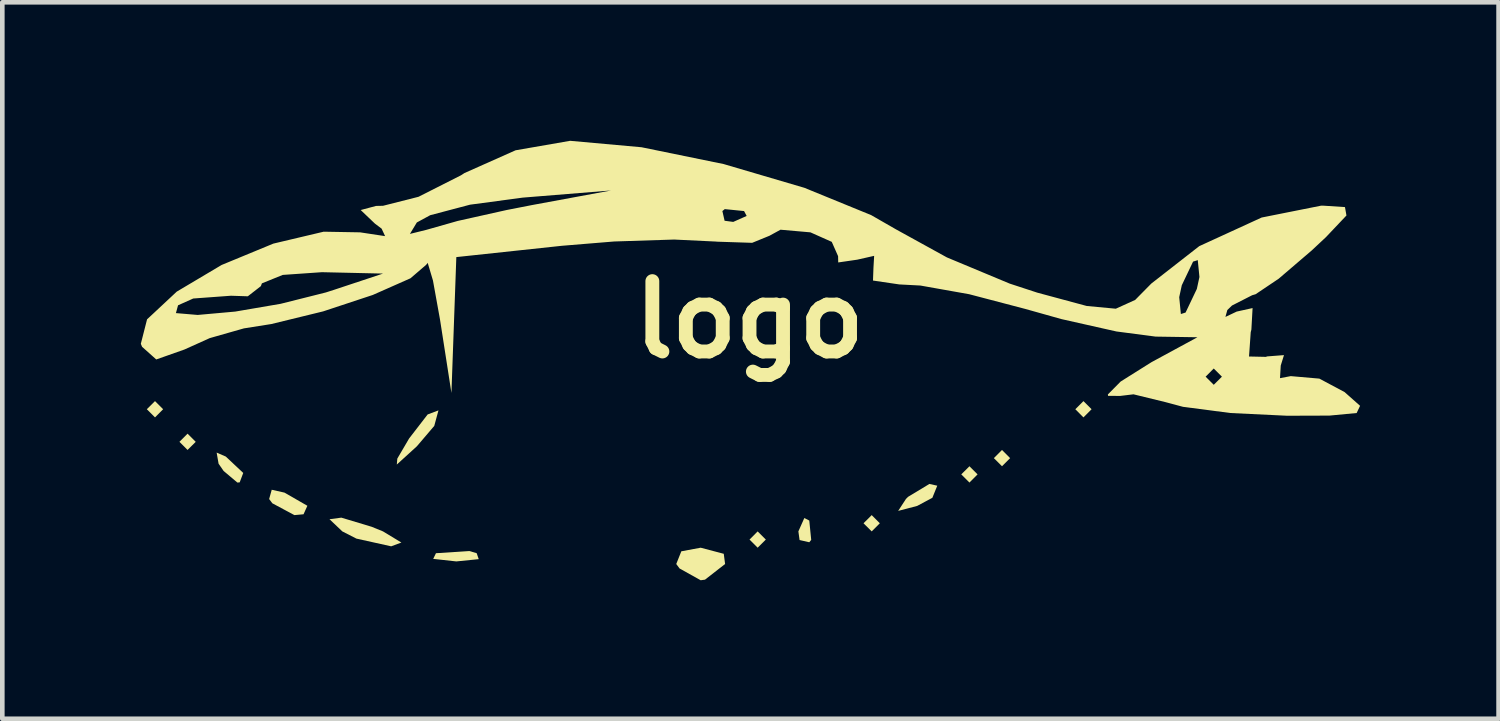
<source format=kicad_pcb>
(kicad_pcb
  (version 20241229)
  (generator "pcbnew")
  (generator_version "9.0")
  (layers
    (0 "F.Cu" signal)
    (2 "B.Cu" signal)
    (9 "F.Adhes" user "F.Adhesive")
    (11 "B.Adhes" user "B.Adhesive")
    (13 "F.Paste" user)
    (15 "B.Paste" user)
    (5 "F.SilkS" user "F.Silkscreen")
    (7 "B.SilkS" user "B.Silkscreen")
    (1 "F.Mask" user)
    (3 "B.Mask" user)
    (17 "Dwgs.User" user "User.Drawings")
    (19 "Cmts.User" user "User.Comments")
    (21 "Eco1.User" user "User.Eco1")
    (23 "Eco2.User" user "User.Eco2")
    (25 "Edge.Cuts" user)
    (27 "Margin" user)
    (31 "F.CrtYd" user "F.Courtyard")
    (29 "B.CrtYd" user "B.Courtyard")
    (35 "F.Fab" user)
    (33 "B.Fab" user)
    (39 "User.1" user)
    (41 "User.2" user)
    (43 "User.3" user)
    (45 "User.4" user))
  (footprint "logo"
    (layer "F.Cu")
    (at 13.183 3.873)
    (property "Reference" "logo" (at 0 0 0) (layer "F.SilkS") (effects (font (size 1.524 1.524) (thickness 0.3))))
    (attr board_only exclude_from_pos_files exclude_from_bom)
    (fp_poly (pts (xy -12.7 1.94) (xy -12.876 2.117) (xy -13.053 1.94) (xy -12.876 1.764)) (stroke (width 0) (type solid)) (fill yes) (layer "F.SilkS"))
    (fp_poly (pts (xy -11.994 2.646) (xy -12.171 2.822) (xy -12.347 2.646) (xy -12.171 2.469)) (stroke (width 0) (type solid)) (fill yes) (layer "F.SilkS"))
    (fp_poly (pts (xy 0.353 4.763) (xy 0.176 4.939) (xy 0 4.763) (xy 0.176 4.586)) (stroke (width 0) (type solid)) (fill yes) (layer "F.SilkS"))
    (fp_poly (pts (xy 2.822 4.41) (xy 2.646 4.586) (xy 2.469 4.41) (xy 2.646 4.233)) (stroke (width 0) (type solid)) (fill yes) (layer "F.SilkS"))
    (fp_poly (pts (xy 4.939 3.351) (xy 4.763 3.528) (xy 4.586 3.351) (xy 4.763 3.175)) (stroke (width 0) (type solid)) (fill yes) (layer "F.SilkS"))
    (fp_poly (pts (xy 5.644 2.999) (xy 5.468 3.175) (xy 5.292 2.999) (xy 5.468 2.822)) (stroke (width 0) (type solid)) (fill yes) (layer "F.SilkS"))
    (fp_poly (pts (xy 7.408 1.94) (xy 7.232 2.117) (xy 7.056 1.94) (xy 7.232 1.764)) (stroke (width 0) (type solid)) (fill yes) (layer "F.SilkS"))
    (fp_poly (pts (xy -5.909 5.058) (xy -5.865 5.187) (xy -6.35 5.236) (xy -6.851 5.181) (xy -6.791 5.058) (xy -6.069 5.011)) (stroke (width 0) (type solid)) (fill yes) (layer "F.SilkS"))
    (fp_poly (pts (xy 1.294 4.351) (xy 1.336 4.77) (xy 1.294 4.821) (xy 1.084 4.773) (xy 1.058 4.586) (xy 1.187 4.296)) (stroke (width 0) (type solid)) (fill yes) (layer "F.SilkS"))
    (fp_poly (pts (xy -11.343 2.965) (xy -10.965 3.32) (xy -11.042 3.524) (xy -11.092 3.528) (xy -11.39 3.277) (xy -11.499 3.12) (xy -11.541 2.879)) (stroke (width 0) (type solid)) (fill yes) (layer "F.SilkS"))
    (fp_poly (pts (xy -10.072 3.746) (xy -9.576 4.031) (xy -9.659 4.215) (xy -9.857 4.233) (xy -10.335 3.977) (xy -10.404 3.885) (xy -10.348 3.684)) (stroke (width 0) (type solid)) (fill yes) (layer "F.SilkS"))
    (fp_poly (pts (xy -6.828 2.301) (xy -7.204 2.742) (xy -7.639 3.138) (xy -7.628 3.009) (xy -7.373 2.574) (xy -6.971 2.053) (xy -6.737 1.965)) (stroke (width 0) (type solid)) (fill yes) (layer "F.SilkS"))
    (fp_poly (pts (xy 4.066 3.596) (xy 3.96 3.858) (xy 3.631 4.034) (xy 3.219 4.142) (xy 3.388 3.883) (xy 3.434 3.837) (xy 3.896 3.558)) (stroke (width 0) (type solid)) (fill yes) (layer "F.SilkS"))
    (fp_poly (pts (xy -8.183 4.486) (xy -7.938 4.586) (xy -7.54 4.827) (xy -7.761 4.909) (xy -8.514 4.742) (xy -8.819 4.586) (xy -9.097 4.322) (xy -8.84 4.288)) (stroke (width 0) (type solid)) (fill yes) (layer "F.SilkS"))
    (fp_poly (pts (xy -0.558 5.071) (xy -0.529 5.292) (xy -0.964 5.631) (xy -1.058 5.644) (xy -1.515 5.389) (xy -1.587 5.292) (xy -1.477 5.017) (xy -1.058 4.939)) (stroke (width 0) (type solid)) (fill yes) (layer "F.SilkS"))
    (fp_poly (pts (xy -3.881 -3.873) (xy -2.339 -3.734) (xy -0.561 -3.37) (xy 1.187 -2.856) (xy 2.635 -2.264) (xy 3.175 -1.954) (xy 4.275 -1.348) (xy 5.634 -0.781) (xy 6.232 -0.585) (xy 7.304 -0.296) (xy 7.933 -0.237) (xy 8.352 -0.427) (xy 8.411 -0.487) (xy 9.306 -0.487) (xy 9.342 -0.122) (xy 9.444 -0.154) (xy 9.688 -0.666) (xy 9.744 -0.924) (xy 9.708 -1.289) (xy 9.606 -1.257) (xy 9.362 -0.745) (xy 9.306 -0.487) (xy 8.411 -0.487) (xy 8.702 -0.782) (xy 9.74 -1.592) (xy 11.092 -2.212) (xy 12.38 -2.469) (xy 12.42 -2.469) (xy 12.896 -2.438) (xy 12.928 -2.256) (xy 12.484 -1.787) (xy 12.176 -1.499) (xy 11.461 -0.887) (xy 10.961 -0.551) (xy 10.886 -0.529) (xy 10.449 -0.306) (xy 10.348 -0.208) (xy 10.307 -0.059) (xy 10.551 -0.175) (xy 10.895 -0.251) (xy 10.869 0.216) (xy 10.855 0.271) (xy 10.818 0.798) (xy 11.184 0.806) (xy 11.21 0.796) (xy 11.575 0.768) (xy 11.505 0.994) (xy 11.489 1.267) (xy 11.722 1.223) (xy 12.341 1.277) (xy 12.887 1.568) (xy 13.223 1.866) (xy 13.149 2.022) (xy 12.559 2.078) (xy 11.642 2.081) (xy 10.414 2.022) (xy 9.389 1.888) (xy 8.996 1.783) (xy 8.316 1.617) (xy 8.026 1.652) (xy 7.765 1.65) (xy 7.761 1.62) (xy 8.037 1.341) (xy 8.205 1.235) (xy 9.878 1.235) (xy 10.054 1.411) (xy 10.231 1.235) (xy 10.054 1.058) (xy 9.878 1.235) (xy 8.205 1.235) (xy 8.702 0.923) (xy 8.731 0.907) (xy 9.701 0.381) (xy 8.795 0.367) (xy 7.947 0.256) (xy 6.756 -0.012) (xy 5.973 -0.232) (xy 4.757 -0.551) (xy 3.7 -0.739) (xy 3.244 -0.763) (xy 2.674 -0.847) (xy 2.684 -1.121) (xy 2.699 -1.382) (xy 2.333 -1.299) (xy 1.921 -1.239) (xy 1.918 -1.375) (xy 1.781 -1.685) (xy 1.319 -1.891) (xy 0.671 -1.948) (xy 0.432 -1.817) (xy 0.057 -1.664) (xy -0.71 -1.689) (xy -0.718 -1.691) (xy -1.633 -1.735) (xy -2.932 -1.693) (xy -4.061 -1.6) (xy -6.35 -1.355) (xy -6.456 1.587) (xy -6.703 0) (xy -6.856 -0.847) (xy -6.97 -1.23) (xy -7.003 -1.188) (xy -7.343 -0.896) (xy -8.159 -0.535) (xy -9.235 -0.179) (xy -10.357 0.095) (xy -10.951 0.189) (xy -11.691 0.4) (xy -12.239 0.647) (xy -12.849 0.862) (xy -13.156 0.588) (xy -13.183 0.523) (xy -13.048 -0.007) (xy -12.903 -0.142) (xy -12.423 -0.142) (xy -11.952 -0.102) (xy -11.138 -0.175) (xy -10.156 -0.343) (xy -9.177 -0.589) (xy -8.996 -0.647) (xy -7.938 -0.998) (xy -9.26 -1.028) (xy -10.11 -0.969) (xy -10.561 -0.786) (xy -10.583 -0.726) (xy -10.866 -0.506) (xy -11.231 -0.518) (xy -12.048 -0.458) (xy -12.377 -0.311) (xy -12.423 -0.142) (xy -12.903 -0.142) (xy -12.405 -0.607) (xy -11.434 -1.184) (xy -10.313 -1.647) (xy -9.223 -1.905) (xy -8.434 -1.891) (xy -7.893 -1.809) (xy -7.915 -1.857) (xy -7.355 -1.857) (xy -7.003 -1.944) (xy -6.32 -2.138) (xy -5.361 -2.352) (xy -0.588 -2.352) (xy -0.54 -2.142) (xy -0.353 -2.117) (xy -0.062 -2.246) (xy -0.118 -2.352) (xy -0.536 -2.394) (xy -0.588 -2.352) (xy -5.361 -2.352) (xy -5.258 -2.375) (xy -4.71 -2.482) (xy -2.999 -2.798) (xy -4.912 -2.643) (xy -6.053 -2.49) (xy -6.916 -2.262) (xy -7.205 -2.105) (xy -7.355 -1.857) (xy -7.915 -1.857) (xy -7.968 -1.971) (xy -8.114 -2.081) (xy -8.421 -2.374) (xy -8.089 -2.463) (xy -7.938 -2.466) (xy -7.169 -2.661) (xy -6.25 -3.126) (xy -6.174 -3.175) (xy -5.067 -3.668) (xy -3.887 -3.873)) (stroke (width 0) (type solid)) (fill yes) (layer "F.SilkS")))
  (gr_rect
    (start -3 -3)
    (end 29.406 12.517)
    (stroke (width 0.1) (type default))
    (fill no)
    (layer "Edge.Cuts")))
</source>
